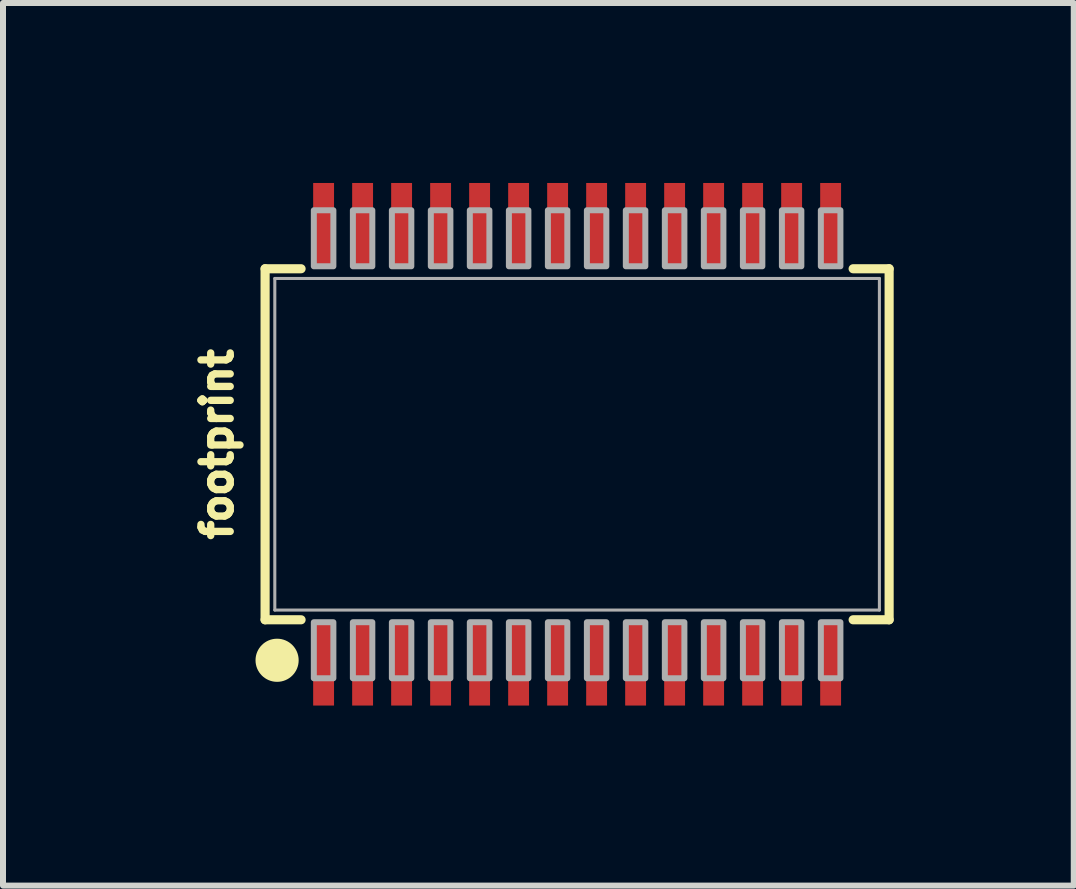
<source format=kicad_pcb>
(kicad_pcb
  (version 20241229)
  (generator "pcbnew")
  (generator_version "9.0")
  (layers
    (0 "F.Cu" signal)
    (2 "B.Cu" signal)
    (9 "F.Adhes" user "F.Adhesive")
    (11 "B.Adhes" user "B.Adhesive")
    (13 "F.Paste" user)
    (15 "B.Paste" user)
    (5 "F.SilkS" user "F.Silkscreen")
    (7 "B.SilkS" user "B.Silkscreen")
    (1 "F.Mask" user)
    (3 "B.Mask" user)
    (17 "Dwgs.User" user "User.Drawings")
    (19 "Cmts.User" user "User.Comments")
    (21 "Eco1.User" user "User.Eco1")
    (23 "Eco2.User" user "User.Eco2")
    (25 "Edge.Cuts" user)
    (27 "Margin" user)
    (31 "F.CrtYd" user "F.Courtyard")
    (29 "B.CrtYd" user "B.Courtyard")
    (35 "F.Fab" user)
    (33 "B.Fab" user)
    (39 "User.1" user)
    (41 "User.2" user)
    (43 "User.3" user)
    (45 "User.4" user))
  (footprint "footprint"
    (layer "F.Cu")
    (at 6.568 4.354)
    (property "Reference" "footprint" (at -5.715 0 90) (layer "F.SilkS") (effects (font (size 0.488 0.488) (thickness 0.122)) (justify bottom)))
    (fp_line (start -5.2 -2.925) (end -4.6 -2.925) (stroke (width 0.152) (type solid)) (layer "F.SilkS"))
    (fp_line (start -5.2 2.925) (end -5.2 -2.925) (stroke (width 0.152) (type solid)) (layer "F.SilkS"))
    (fp_line (start -5.2 2.925) (end -4.6 2.925) (stroke (width 0.152) (type solid)) (layer "F.SilkS"))
    (fp_line (start 5.2 -2.925) (end 4.6 -2.925) (stroke (width 0.152) (type solid)) (layer "F.SilkS"))
    (fp_line (start 5.2 -2.925) (end 5.2 2.925) (stroke (width 0.152) (type solid)) (layer "F.SilkS"))
    (fp_line (start 5.2 2.925) (end 4.6 2.925) (stroke (width 0.152) (type solid)) (layer "F.SilkS"))
    (fp_circle (center -5 3.6) (end -4.82 3.6) (stroke (width 0.359) (type solid)) (fill yes) (layer "F.SilkS"))
    (fp_line (start -5.038 -2.763) (end 5.038 -2.763) (stroke (width 0.051) (type solid)) (layer "F.Fab"))
    (fp_line (start -5.038 2.763) (end -5.038 -2.763) (stroke (width 0.051) (type solid)) (layer "F.Fab"))
    (fp_line (start 5.038 -2.763) (end 5.038 2.763) (stroke (width 0.051) (type solid)) (layer "F.Fab"))
    (fp_line (start 5.038 2.763) (end -5.038 2.763) (stroke (width 0.051) (type solid)) (layer "F.Fab"))
    (fp_poly (pts (xy -4.388 -2.966) (xy -4.062 -2.966) (xy -4.062 -3.9) (xy -4.388 -3.9)) (stroke (width 0.1) (type solid)) (fill no) (layer "F.Fab"))
    (fp_poly (pts (xy -4.388 3.9) (xy -4.062 3.9) (xy -4.062 2.966) (xy -4.388 2.966)) (stroke (width 0.1) (type solid)) (fill no) (layer "F.Fab"))
    (fp_poly (pts (xy -3.737 -2.966) (xy -3.413 -2.966) (xy -3.413 -3.9) (xy -3.737 -3.9)) (stroke (width 0.1) (type solid)) (fill no) (layer "F.Fab"))
    (fp_poly (pts (xy -3.737 3.9) (xy -3.413 3.9) (xy -3.413 2.966) (xy -3.737 2.966)) (stroke (width 0.1) (type solid)) (fill no) (layer "F.Fab"))
    (fp_poly (pts (xy -3.087 -2.966) (xy -2.763 -2.966) (xy -2.763 -3.9) (xy -3.087 -3.9)) (stroke (width 0.1) (type solid)) (fill no) (layer "F.Fab"))
    (fp_poly (pts (xy -3.087 3.9) (xy -2.763 3.9) (xy -2.763 2.966) (xy -3.087 2.966)) (stroke (width 0.1) (type solid)) (fill no) (layer "F.Fab"))
    (fp_poly (pts (xy -2.438 -2.966) (xy -2.112 -2.966) (xy -2.112 -3.9) (xy -2.438 -3.9)) (stroke (width 0.1) (type solid)) (fill no) (layer "F.Fab"))
    (fp_poly (pts (xy -2.438 3.9) (xy -2.112 3.9) (xy -2.112 2.966) (xy -2.438 2.966)) (stroke (width 0.1) (type solid)) (fill no) (layer "F.Fab"))
    (fp_poly (pts (xy -1.788 -2.966) (xy -1.462 -2.966) (xy -1.462 -3.9) (xy -1.788 -3.9)) (stroke (width 0.1) (type solid)) (fill no) (layer "F.Fab"))
    (fp_poly (pts (xy -1.788 3.9) (xy -1.462 3.9) (xy -1.462 2.966) (xy -1.788 2.966)) (stroke (width 0.1) (type solid)) (fill no) (layer "F.Fab"))
    (fp_poly (pts (xy -1.137 -2.966) (xy -0.812 -2.966) (xy -0.812 -3.9) (xy -1.137 -3.9)) (stroke (width 0.1) (type solid)) (fill no) (layer "F.Fab"))
    (fp_poly (pts (xy -1.137 3.9) (xy -0.812 3.9) (xy -0.812 2.966) (xy -1.137 2.966)) (stroke (width 0.1) (type solid)) (fill no) (layer "F.Fab"))
    (fp_poly (pts (xy -0.487 -2.966) (xy -0.163 -2.966) (xy -0.163 -3.9) (xy -0.487 -3.9)) (stroke (width 0.1) (type solid)) (fill no) (layer "F.Fab"))
    (fp_poly (pts (xy -0.487 3.9) (xy -0.163 3.9) (xy -0.163 2.966) (xy -0.487 2.966)) (stroke (width 0.1) (type solid)) (fill no) (layer "F.Fab"))
    (fp_poly (pts (xy 0.163 -2.966) (xy 0.487 -2.966) (xy 0.487 -3.9) (xy 0.163 -3.9)) (stroke (width 0.1) (type solid)) (fill no) (layer "F.Fab"))
    (fp_poly (pts (xy 0.163 3.9) (xy 0.487 3.9) (xy 0.487 2.966) (xy 0.163 2.966)) (stroke (width 0.1) (type solid)) (fill no) (layer "F.Fab"))
    (fp_poly (pts (xy 0.812 -2.966) (xy 1.137 -2.966) (xy 1.137 -3.9) (xy 0.812 -3.9)) (stroke (width 0.1) (type solid)) (fill no) (layer "F.Fab"))
    (fp_poly (pts (xy 0.812 3.9) (xy 1.137 3.9) (xy 1.137 2.966) (xy 0.812 2.966)) (stroke (width 0.1) (type solid)) (fill no) (layer "F.Fab"))
    (fp_poly (pts (xy 1.462 -2.966) (xy 1.788 -2.966) (xy 1.788 -3.9) (xy 1.462 -3.9)) (stroke (width 0.1) (type solid)) (fill no) (layer "F.Fab"))
    (fp_poly (pts (xy 1.462 3.9) (xy 1.788 3.9) (xy 1.788 2.966) (xy 1.462 2.966)) (stroke (width 0.1) (type solid)) (fill no) (layer "F.Fab"))
    (fp_poly (pts (xy 2.112 -2.966) (xy 2.438 -2.966) (xy 2.438 -3.9) (xy 2.112 -3.9)) (stroke (width 0.1) (type solid)) (fill no) (layer "F.Fab"))
    (fp_poly (pts (xy 2.112 3.9) (xy 2.438 3.9) (xy 2.438 2.966) (xy 2.112 2.966)) (stroke (width 0.1) (type solid)) (fill no) (layer "F.Fab"))
    (fp_poly (pts (xy 2.763 -2.966) (xy 3.087 -2.966) (xy 3.087 -3.9) (xy 2.763 -3.9)) (stroke (width 0.1) (type solid)) (fill no) (layer "F.Fab"))
    (fp_poly (pts (xy 2.763 3.9) (xy 3.087 3.9) (xy 3.087 2.966) (xy 2.763 2.966)) (stroke (width 0.1) (type solid)) (fill no) (layer "F.Fab"))
    (fp_poly (pts (xy 3.413 -2.966) (xy 3.737 -2.966) (xy 3.737 -3.9) (xy 3.413 -3.9)) (stroke (width 0.1) (type solid)) (fill no) (layer "F.Fab"))
    (fp_poly (pts (xy 3.413 3.9) (xy 3.737 3.9) (xy 3.737 2.966) (xy 3.413 2.966)) (stroke (width 0.1) (type solid)) (fill no) (layer "F.Fab"))
    (fp_poly (pts (xy 4.062 -2.966) (xy 4.388 -2.966) (xy 4.388 -3.9) (xy 4.062 -3.9)) (stroke (width 0.1) (type solid)) (fill no) (layer "F.Fab"))
    (fp_poly (pts (xy 4.062 3.9) (xy 4.388 3.9) (xy 4.388 2.966) (xy 4.062 2.966)) (stroke (width 0.1) (type solid)) (fill no) (layer "F.Fab"))
    (pad "1" smd rect (at -4.225 3.656) (size 0.348 1.397) (layers "F.Cu" "F.Mask" "F.Paste"))
    (pad "2" smd rect (at -3.575 3.656) (size 0.348 1.397) (layers "F.Cu" "F.Mask" "F.Paste"))
    (pad "3" smd rect (at -2.925 3.656) (size 0.348 1.397) (layers "F.Cu" "F.Mask" "F.Paste"))
    (pad "4" smd rect (at -2.275 3.656) (size 0.348 1.397) (layers "F.Cu" "F.Mask" "F.Paste"))
    (pad "5" smd rect (at -1.625 3.656) (size 0.348 1.397) (layers "F.Cu" "F.Mask" "F.Paste"))
    (pad "6" smd rect (at -0.975 3.656) (size 0.348 1.397) (layers "F.Cu" "F.Mask" "F.Paste"))
    (pad "7" smd rect (at -0.325 3.656) (size 0.348 1.397) (layers "F.Cu" "F.Mask" "F.Paste"))
    (pad "8" smd rect (at 0.325 3.656) (size 0.348 1.397) (layers "F.Cu" "F.Mask" "F.Paste"))
    (pad "9" smd rect (at 0.975 3.656) (size 0.348 1.397) (layers "F.Cu" "F.Mask" "F.Paste"))
    (pad "10" smd rect (at 1.625 3.656) (size 0.348 1.397) (layers "F.Cu" "F.Mask" "F.Paste"))
    (pad "11" smd rect (at 2.275 3.656) (size 0.348 1.397) (layers "F.Cu" "F.Mask" "F.Paste"))
    (pad "12" smd rect (at 2.925 3.656) (size 0.348 1.397) (layers "F.Cu" "F.Mask" "F.Paste"))
    (pad "13" smd rect (at 3.575 3.656) (size 0.348 1.397) (layers "F.Cu" "F.Mask" "F.Paste"))
    (pad "14" smd rect (at 4.225 3.656) (size 0.348 1.397) (layers "F.Cu" "F.Mask" "F.Paste"))
    (pad "15" smd rect (at 4.225 -3.656) (size 0.348 1.397) (layers "F.Cu" "F.Mask" "F.Paste"))
    (pad "16" smd rect (at 3.575 -3.656) (size 0.348 1.397) (layers "F.Cu" "F.Mask" "F.Paste"))
    (pad "17" smd rect (at 2.925 -3.656) (size 0.348 1.397) (layers "F.Cu" "F.Mask" "F.Paste"))
    (pad "18" smd rect (at 2.275 -3.656) (size 0.348 1.397) (layers "F.Cu" "F.Mask" "F.Paste"))
    (pad "19" smd rect (at 1.625 -3.656) (size 0.348 1.397) (layers "F.Cu" "F.Mask" "F.Paste"))
    (pad "20" smd rect (at 0.975 -3.656) (size 0.348 1.397) (layers "F.Cu" "F.Mask" "F.Paste"))
    (pad "21" smd rect (at 0.325 -3.656) (size 0.348 1.397) (layers "F.Cu" "F.Mask" "F.Paste"))
    (pad "22" smd rect (at -0.325 -3.656) (size 0.348 1.397) (layers "F.Cu" "F.Mask" "F.Paste"))
    (pad "23" smd rect (at -0.975 -3.656) (size 0.348 1.397) (layers "F.Cu" "F.Mask" "F.Paste"))
    (pad "24" smd rect (at -1.625 -3.656) (size 0.348 1.397) (layers "F.Cu" "F.Mask" "F.Paste"))
    (pad "25" smd rect (at -2.275 -3.656) (size 0.348 1.397) (layers "F.Cu" "F.Mask" "F.Paste"))
    (pad "26" smd rect (at -2.925 -3.656) (size 0.348 1.397) (layers "F.Cu" "F.Mask" "F.Paste"))
    (pad "27" smd rect (at -3.575 -3.656) (size 0.348 1.397) (layers "F.Cu" "F.Mask" "F.Paste"))
    (pad "28" smd rect (at -4.225 -3.656) (size 0.348 1.397) (layers "F.Cu" "F.Mask" "F.Paste")))
  (gr_rect
    (start -3 -3)
    (end 14.845 11.709)
    (stroke (width 0.1) (type default))
    (fill no)
    (layer "Edge.Cuts")))
</source>
